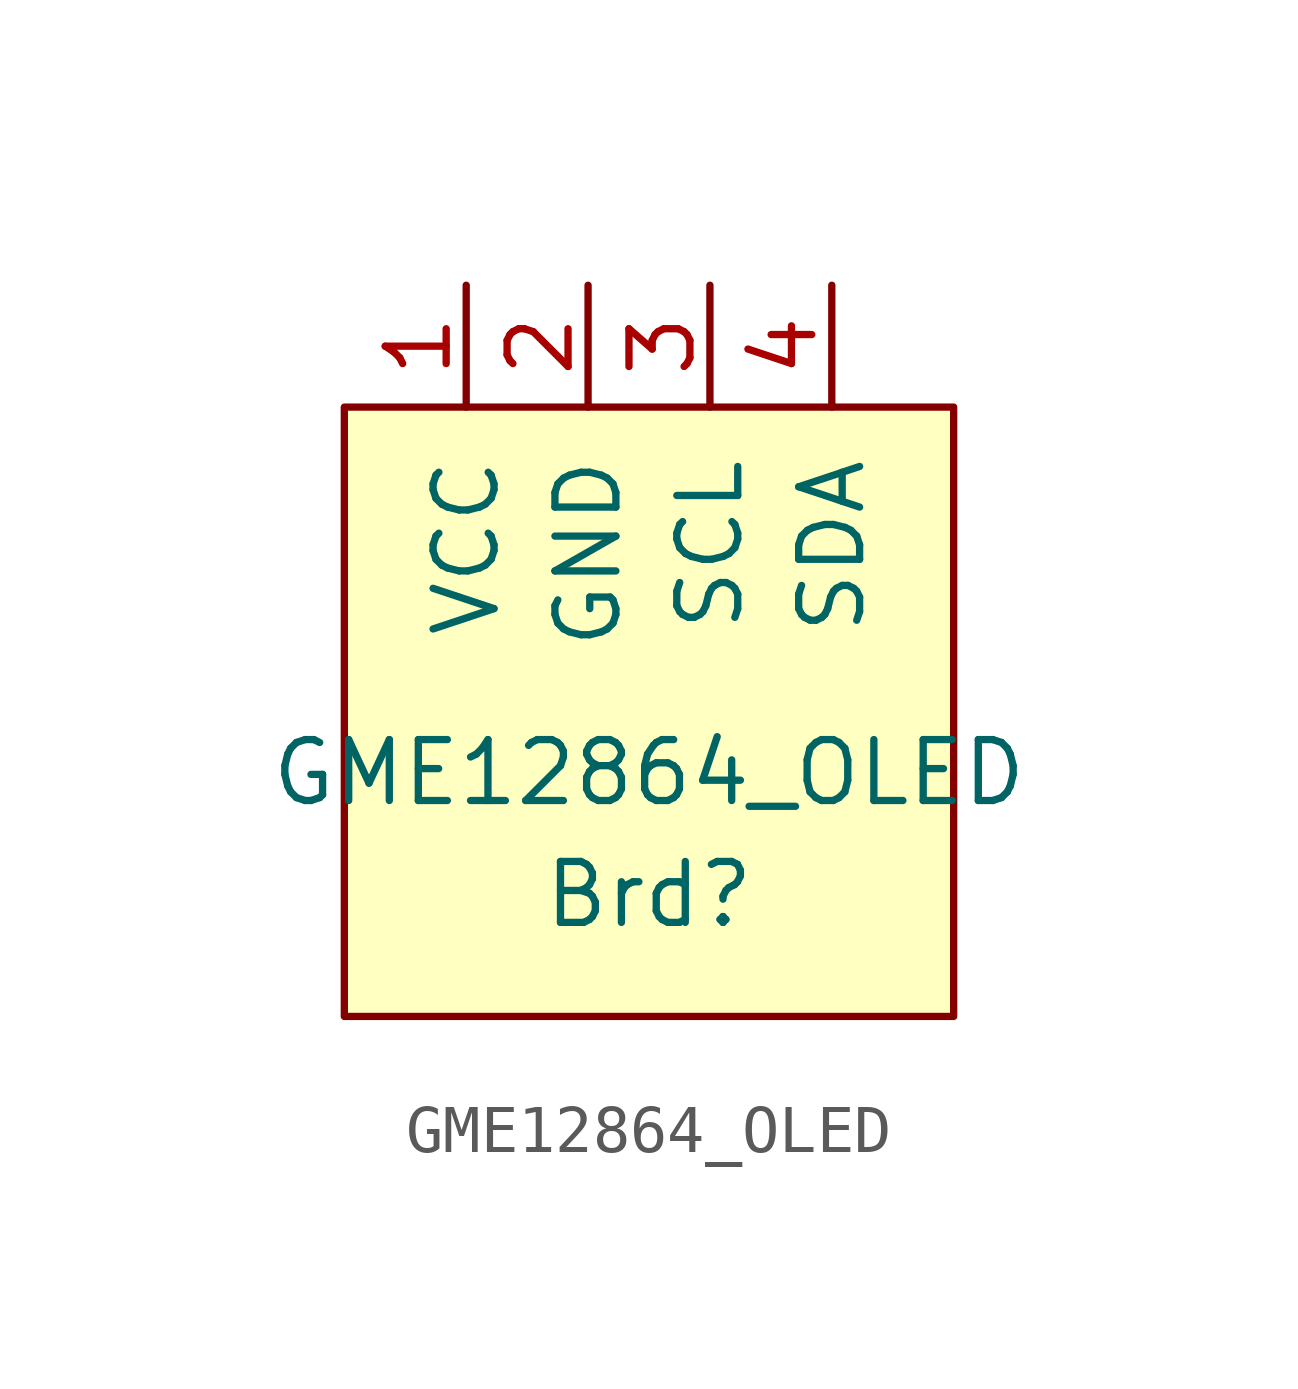
<source format=kicad_sym>
(kicad_symbol_lib
  (version 20220914)
  (generator kicad_symbol_editor)
  (symbol "GME12864_OLED"
    (pin_names
      (offset 1.016))
    (property "Reference" "Brd"
      (at 0 -3.81 0)
      (effects (font (size 1.27 1.27))))
    (property "Value" "GME12864_OLED"
      (at 0 -1.27 0)
      (effects (font (size 1.27 1.27))))
    (symbol "GME12864_OLED_0_1"
      (rectangle (start -6.35 6.35) (end 6.35 -6.35) (stroke (width 0) (type solid)) (fill (type background))))
    (symbol "GME12864_OLED_1_1"
      (pin input line (at -3.81 8.89 270) (length 2.54) (name "VCC" (effects (font (size 1.27 1.27)))) (number "1" (effects (font (size 1.27 1.27)))))
      (pin input line (at -1.27 8.89 270) (length 2.54) (name "GND" (effects (font (size 1.27 1.27)))) (number "2" (effects (font (size 1.27 1.27)))))
      (pin input line (at 1.27 8.89 270) (length 2.54) (name "SCL" (effects (font (size 1.27 1.27)))) (number "3" (effects (font (size 1.27 1.27)))))
      (pin input line (at 3.81 8.89 270) (length 2.54) (name "SDA" (effects (font (size 1.27 1.27)))) (number "4" (effects (font (size 1.27 1.27))))))))
</source>
